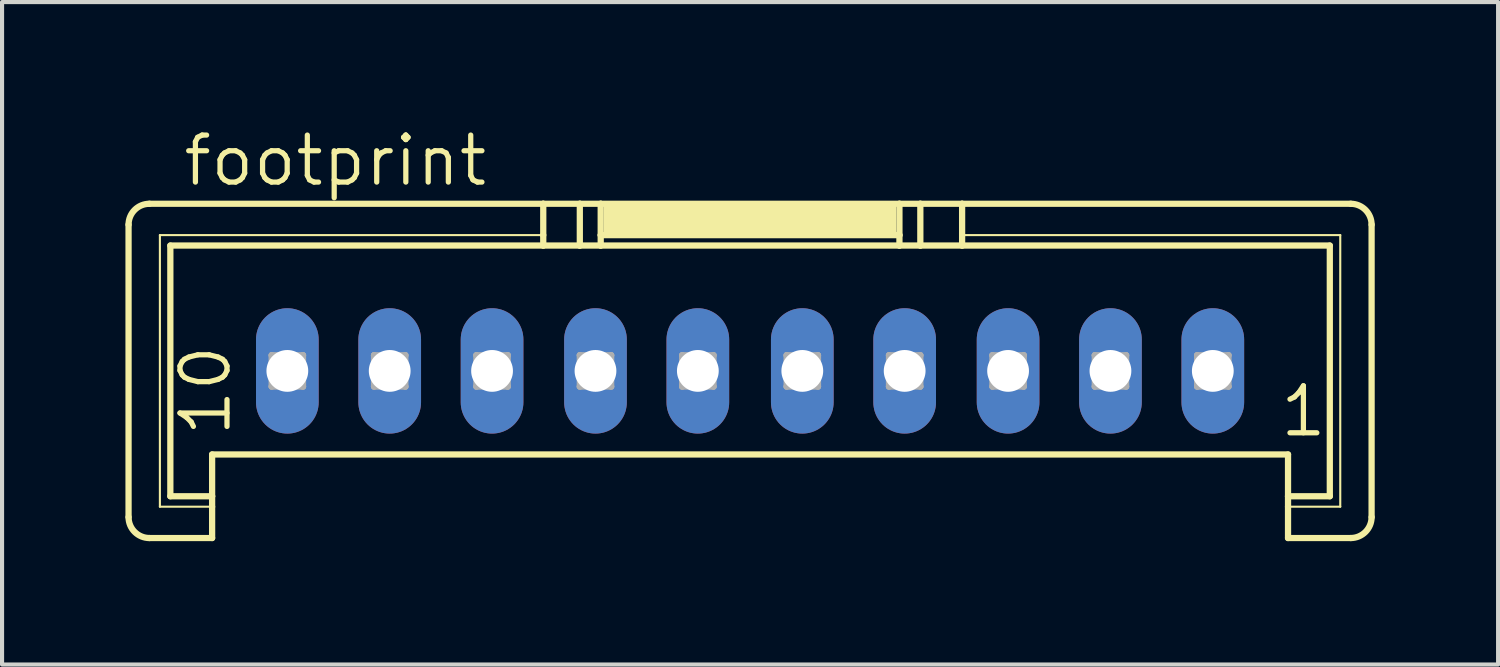
<source format=kicad_pcb>
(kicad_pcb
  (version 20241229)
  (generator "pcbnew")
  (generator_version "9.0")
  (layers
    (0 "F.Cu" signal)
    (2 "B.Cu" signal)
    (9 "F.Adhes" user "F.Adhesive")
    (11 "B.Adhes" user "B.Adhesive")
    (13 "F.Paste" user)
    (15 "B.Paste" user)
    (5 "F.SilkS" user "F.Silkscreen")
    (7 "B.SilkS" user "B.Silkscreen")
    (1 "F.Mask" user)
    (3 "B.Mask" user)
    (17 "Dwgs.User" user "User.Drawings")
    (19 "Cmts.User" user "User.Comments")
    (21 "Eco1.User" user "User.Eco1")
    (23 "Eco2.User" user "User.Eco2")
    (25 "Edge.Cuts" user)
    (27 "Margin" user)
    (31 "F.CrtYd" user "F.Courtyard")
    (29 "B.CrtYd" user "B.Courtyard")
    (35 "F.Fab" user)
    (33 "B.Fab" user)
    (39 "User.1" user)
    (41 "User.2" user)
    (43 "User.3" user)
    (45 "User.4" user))
  (footprint "footprint"
    (layer "F.Cu")
    (at 15.189 3.429)
    (property "Reference" "footprint" (at -13.843 -1.905 0) (layer "F.SilkS") (effects (font (size 1.143 1.143) (thickness 0.127)) (justify left bottom)))
    (fp_line (start -15.113 6.096) (end -15.113 -1.016) (stroke (width 0.152) (type solid)) (layer "F.SilkS"))
    (fp_line (start -14.605 -1.524) (end -5.029 -1.524) (stroke (width 0.152) (type solid)) (layer "F.SilkS"))
    (fp_line (start -14.351 -0.762) (end -5.029 -0.762) (stroke (width 0.051) (type solid)) (layer "F.SilkS"))
    (fp_line (start -14.351 5.842) (end -14.351 -0.762) (stroke (width 0.051) (type solid)) (layer "F.SilkS"))
    (fp_line (start -14.097 -0.508) (end -5.029 -0.508) (stroke (width 0.152) (type solid)) (layer "F.SilkS"))
    (fp_line (start -14.097 5.588) (end -14.097 -0.508) (stroke (width 0.152) (type solid)) (layer "F.SilkS"))
    (fp_line (start -13.081 5.588) (end -14.097 5.588) (stroke (width 0.152) (type solid)) (layer "F.SilkS"))
    (fp_line (start -13.081 5.588) (end -13.081 4.572) (stroke (width 0.152) (type solid)) (layer "F.SilkS"))
    (fp_line (start -13.081 5.588) (end -13.081 5.842) (stroke (width 0.152) (type solid)) (layer "F.SilkS"))
    (fp_line (start -13.081 5.842) (end -14.351 5.842) (stroke (width 0.051) (type solid)) (layer "F.SilkS"))
    (fp_line (start -13.081 5.842) (end -13.081 6.604) (stroke (width 0.152) (type solid)) (layer "F.SilkS"))
    (fp_line (start -13.081 6.604) (end -14.605 6.604) (stroke (width 0.152) (type solid)) (layer "F.SilkS"))
    (fp_line (start -5.029 -1.524) (end -5.029 -0.762) (stroke (width 0.152) (type solid)) (layer "F.SilkS"))
    (fp_line (start -5.029 -1.524) (end -4.14 -1.524) (stroke (width 0.152) (type solid)) (layer "F.SilkS"))
    (fp_line (start -5.029 -0.762) (end -5.029 -0.508) (stroke (width 0.152) (type solid)) (layer "F.SilkS"))
    (fp_line (start -5.029 -0.508) (end -4.14 -0.508) (stroke (width 0.152) (type solid)) (layer "F.SilkS"))
    (fp_line (start -4.14 -1.524) (end -4.14 -0.508) (stroke (width 0.152) (type solid)) (layer "F.SilkS"))
    (fp_line (start -4.14 -1.524) (end -3.632 -1.524) (stroke (width 0.152) (type solid)) (layer "F.SilkS"))
    (fp_line (start -4.14 -0.508) (end -3.632 -0.508) (stroke (width 0.152) (type solid)) (layer "F.SilkS"))
    (fp_line (start -3.632 -1.524) (end -3.632 -0.762) (stroke (width 0.152) (type solid)) (layer "F.SilkS"))
    (fp_line (start -3.632 -1.524) (end 3.632 -1.524) (stroke (width 0.152) (type solid)) (layer "F.SilkS"))
    (fp_line (start -3.632 -0.762) (end -3.632 -0.508) (stroke (width 0.152) (type solid)) (layer "F.SilkS"))
    (fp_line (start -3.632 -0.762) (end 3.632 -0.762) (stroke (width 0.152) (type solid)) (layer "F.SilkS"))
    (fp_line (start -3.632 -0.508) (end 3.632 -0.508) (stroke (width 0.152) (type solid)) (layer "F.SilkS"))
    (fp_line (start 3.632 -1.524) (end 3.632 -0.762) (stroke (width 0.152) (type solid)) (layer "F.SilkS"))
    (fp_line (start 3.632 -1.524) (end 4.14 -1.524) (stroke (width 0.152) (type solid)) (layer "F.SilkS"))
    (fp_line (start 3.632 -0.762) (end 3.632 -0.508) (stroke (width 0.152) (type solid)) (layer "F.SilkS"))
    (fp_line (start 3.632 -0.508) (end 4.14 -0.508) (stroke (width 0.152) (type solid)) (layer "F.SilkS"))
    (fp_line (start 4.14 -1.524) (end 4.14 -0.508) (stroke (width 0.152) (type solid)) (layer "F.SilkS"))
    (fp_line (start 4.14 -1.524) (end 5.156 -1.524) (stroke (width 0.152) (type solid)) (layer "F.SilkS"))
    (fp_line (start 4.14 -0.508) (end 5.156 -0.508) (stroke (width 0.152) (type solid)) (layer "F.SilkS"))
    (fp_line (start 5.156 -1.524) (end 5.156 -0.762) (stroke (width 0.152) (type solid)) (layer "F.SilkS"))
    (fp_line (start 5.156 -1.524) (end 14.605 -1.524) (stroke (width 0.152) (type solid)) (layer "F.SilkS"))
    (fp_line (start 5.156 -0.762) (end 5.156 -0.508) (stroke (width 0.152) (type solid)) (layer "F.SilkS"))
    (fp_line (start 5.156 -0.762) (end 14.351 -0.762) (stroke (width 0.051) (type solid)) (layer "F.SilkS"))
    (fp_line (start 5.156 -0.508) (end 14.097 -0.508) (stroke (width 0.152) (type solid)) (layer "F.SilkS"))
    (fp_line (start 13.081 4.572) (end -13.081 4.572) (stroke (width 0.152) (type solid)) (layer "F.SilkS"))
    (fp_line (start 13.081 5.588) (end 13.081 4.572) (stroke (width 0.152) (type solid)) (layer "F.SilkS"))
    (fp_line (start 13.081 5.842) (end 13.081 5.588) (stroke (width 0.152) (type solid)) (layer "F.SilkS"))
    (fp_line (start 13.081 6.604) (end 13.081 5.842) (stroke (width 0.152) (type solid)) (layer "F.SilkS"))
    (fp_line (start 14.097 -0.508) (end 14.097 5.588) (stroke (width 0.152) (type solid)) (layer "F.SilkS"))
    (fp_line (start 14.097 5.588) (end 13.081 5.588) (stroke (width 0.152) (type solid)) (layer "F.SilkS"))
    (fp_line (start 14.351 -0.762) (end 14.351 5.842) (stroke (width 0.051) (type solid)) (layer "F.SilkS"))
    (fp_line (start 14.351 5.842) (end 13.081 5.842) (stroke (width 0.051) (type solid)) (layer "F.SilkS"))
    (fp_line (start 14.605 6.604) (end 13.081 6.604) (stroke (width 0.152) (type solid)) (layer "F.SilkS"))
    (fp_line (start 15.113 -1.016) (end 15.113 6.096) (stroke (width 0.152) (type solid)) (layer "F.SilkS"))
    (fp_arc (start -15.113 -1.016) (mid -14.96421 -1.37521) (end -14.605 -1.524) (stroke (width 0.1524) (type solid)) (layer "F.SilkS"))
    (fp_arc (start -14.605 6.604) (mid -14.96421 6.45521) (end -15.113 6.096) (stroke (width 0.1524) (type solid)) (layer "F.SilkS"))
    (fp_arc (start 14.605 -1.524) (mid 14.96421 -1.37521) (end 15.113 -1.016) (stroke (width 0.1524) (type solid)) (layer "F.SilkS"))
    (fp_arc (start 15.113 6.096) (mid 14.96421 6.45521) (end 14.605 6.604) (stroke (width 0.1524) (type solid)) (layer "F.SilkS"))
    (fp_poly (pts (xy -3.556 -0.762) (xy 3.556 -0.762) (xy 3.556 -1.524) (xy -3.556 -1.524)) (stroke (width 0) (type solid)) (fill yes) (layer "F.SilkS"))
    (fp_line (start -11.633 2.159) (end -11.633 2.921) (stroke (width 0.152) (type solid)) (layer "F.Fab"))
    (fp_line (start -11.633 2.159) (end -10.871 2.921) (stroke (width 0.152) (type solid)) (layer "F.Fab"))
    (fp_line (start -11.633 2.921) (end -10.871 2.921) (stroke (width 0.152) (type solid)) (layer "F.Fab"))
    (fp_line (start -10.871 2.159) (end -11.633 2.159) (stroke (width 0.152) (type solid)) (layer "F.Fab"))
    (fp_line (start -10.871 2.159) (end -11.633 2.921) (stroke (width 0.152) (type solid)) (layer "F.Fab"))
    (fp_line (start -10.871 2.921) (end -10.871 2.159) (stroke (width 0.152) (type solid)) (layer "F.Fab"))
    (fp_line (start -9.144 2.159) (end -9.144 2.921) (stroke (width 0.152) (type solid)) (layer "F.Fab"))
    (fp_line (start -9.144 2.159) (end -8.382 2.921) (stroke (width 0.152) (type solid)) (layer "F.Fab"))
    (fp_line (start -9.144 2.921) (end -8.382 2.921) (stroke (width 0.152) (type solid)) (layer "F.Fab"))
    (fp_line (start -8.382 2.159) (end -9.144 2.159) (stroke (width 0.152) (type solid)) (layer "F.Fab"))
    (fp_line (start -8.382 2.159) (end -9.144 2.921) (stroke (width 0.152) (type solid)) (layer "F.Fab"))
    (fp_line (start -8.382 2.921) (end -8.382 2.159) (stroke (width 0.152) (type solid)) (layer "F.Fab"))
    (fp_line (start -6.655 2.159) (end -6.655 2.921) (stroke (width 0.152) (type solid)) (layer "F.Fab"))
    (fp_line (start -6.655 2.159) (end -5.893 2.921) (stroke (width 0.152) (type solid)) (layer "F.Fab"))
    (fp_line (start -6.655 2.921) (end -5.893 2.921) (stroke (width 0.152) (type solid)) (layer "F.Fab"))
    (fp_line (start -5.893 2.159) (end -6.655 2.159) (stroke (width 0.152) (type solid)) (layer "F.Fab"))
    (fp_line (start -5.893 2.159) (end -6.655 2.921) (stroke (width 0.152) (type solid)) (layer "F.Fab"))
    (fp_line (start -5.893 2.921) (end -5.893 2.159) (stroke (width 0.152) (type solid)) (layer "F.Fab"))
    (fp_line (start -4.14 2.159) (end -4.14 2.921) (stroke (width 0.152) (type solid)) (layer "F.Fab"))
    (fp_line (start -4.14 2.159) (end -3.378 2.921) (stroke (width 0.152) (type solid)) (layer "F.Fab"))
    (fp_line (start -4.14 2.921) (end -3.378 2.921) (stroke (width 0.152) (type solid)) (layer "F.Fab"))
    (fp_line (start -3.378 2.159) (end -4.14 2.159) (stroke (width 0.152) (type solid)) (layer "F.Fab"))
    (fp_line (start -3.378 2.159) (end -4.14 2.921) (stroke (width 0.152) (type solid)) (layer "F.Fab"))
    (fp_line (start -3.378 2.921) (end -3.378 2.159) (stroke (width 0.152) (type solid)) (layer "F.Fab"))
    (fp_line (start -1.651 2.159) (end -1.651 2.921) (stroke (width 0.152) (type solid)) (layer "F.Fab"))
    (fp_line (start -1.651 2.159) (end -0.889 2.921) (stroke (width 0.152) (type solid)) (layer "F.Fab"))
    (fp_line (start -1.651 2.921) (end -0.889 2.921) (stroke (width 0.152) (type solid)) (layer "F.Fab"))
    (fp_line (start -0.889 2.159) (end -1.651 2.159) (stroke (width 0.152) (type solid)) (layer "F.Fab"))
    (fp_line (start -0.889 2.159) (end -1.651 2.921) (stroke (width 0.152) (type solid)) (layer "F.Fab"))
    (fp_line (start -0.889 2.921) (end -0.889 2.159) (stroke (width 0.152) (type solid)) (layer "F.Fab"))
    (fp_line (start 0.889 2.159) (end 0.889 2.921) (stroke (width 0.152) (type solid)) (layer "F.Fab"))
    (fp_line (start 0.889 2.159) (end 1.651 2.921) (stroke (width 0.152) (type solid)) (layer "F.Fab"))
    (fp_line (start 0.889 2.921) (end 1.651 2.921) (stroke (width 0.152) (type solid)) (layer "F.Fab"))
    (fp_line (start 1.651 2.159) (end 0.889 2.159) (stroke (width 0.152) (type solid)) (layer "F.Fab"))
    (fp_line (start 1.651 2.159) (end 0.889 2.921) (stroke (width 0.152) (type solid)) (layer "F.Fab"))
    (fp_line (start 1.651 2.921) (end 1.651 2.159) (stroke (width 0.152) (type solid)) (layer "F.Fab"))
    (fp_line (start 3.378 2.159) (end 3.378 2.921) (stroke (width 0.152) (type solid)) (layer "F.Fab"))
    (fp_line (start 3.378 2.159) (end 4.14 2.921) (stroke (width 0.152) (type solid)) (layer "F.Fab"))
    (fp_line (start 3.378 2.921) (end 4.14 2.921) (stroke (width 0.152) (type solid)) (layer "F.Fab"))
    (fp_line (start 4.14 2.159) (end 3.378 2.159) (stroke (width 0.152) (type solid)) (layer "F.Fab"))
    (fp_line (start 4.14 2.159) (end 3.378 2.921) (stroke (width 0.152) (type solid)) (layer "F.Fab"))
    (fp_line (start 4.14 2.921) (end 4.14 2.159) (stroke (width 0.152) (type solid)) (layer "F.Fab"))
    (fp_line (start 5.893 2.159) (end 5.893 2.921) (stroke (width 0.152) (type solid)) (layer "F.Fab"))
    (fp_line (start 5.893 2.159) (end 6.655 2.921) (stroke (width 0.152) (type solid)) (layer "F.Fab"))
    (fp_line (start 5.893 2.921) (end 6.655 2.921) (stroke (width 0.152) (type solid)) (layer "F.Fab"))
    (fp_line (start 6.655 2.159) (end 5.893 2.159) (stroke (width 0.152) (type solid)) (layer "F.Fab"))
    (fp_line (start 6.655 2.159) (end 5.893 2.921) (stroke (width 0.152) (type solid)) (layer "F.Fab"))
    (fp_line (start 6.655 2.921) (end 6.655 2.159) (stroke (width 0.152) (type solid)) (layer "F.Fab"))
    (fp_line (start 8.382 2.159) (end 8.382 2.921) (stroke (width 0.152) (type solid)) (layer "F.Fab"))
    (fp_line (start 8.382 2.159) (end 9.144 2.921) (stroke (width 0.152) (type solid)) (layer "F.Fab"))
    (fp_line (start 8.382 2.921) (end 9.144 2.921) (stroke (width 0.152) (type solid)) (layer "F.Fab"))
    (fp_line (start 9.144 2.159) (end 8.382 2.159) (stroke (width 0.152) (type solid)) (layer "F.Fab"))
    (fp_line (start 9.144 2.159) (end 8.382 2.921) (stroke (width 0.152) (type solid)) (layer "F.Fab"))
    (fp_line (start 9.144 2.921) (end 9.144 2.159) (stroke (width 0.152) (type solid)) (layer "F.Fab"))
    (fp_line (start 10.871 2.159) (end 10.871 2.921) (stroke (width 0.152) (type solid)) (layer "F.Fab"))
    (fp_line (start 10.871 2.159) (end 11.633 2.921) (stroke (width 0.152) (type solid)) (layer "F.Fab"))
    (fp_line (start 10.871 2.921) (end 11.633 2.921) (stroke (width 0.152) (type solid)) (layer "F.Fab"))
    (fp_line (start 11.633 2.159) (end 10.871 2.159) (stroke (width 0.152) (type solid)) (layer "F.Fab"))
    (fp_line (start 11.633 2.159) (end 10.871 2.921) (stroke (width 0.152) (type solid)) (layer "F.Fab"))
    (fp_line (start 11.633 2.921) (end 11.633 2.159) (stroke (width 0.152) (type solid)) (layer "F.Fab"))
    (fp_text user "1" (at 12.827 4.191 0) (layer "F.SilkS") (effects (font (size 1.143 1.143) (thickness 0.127)) (justify left bottom)))
    (fp_text user "10" (at -12.573 4.191 90) (layer "F.SilkS") (effects (font (size 1.143 1.143) (thickness 0.127)) (justify left bottom)))
    (pad "1" thru_hole oval (at 11.252 2.54 90) (size 3.048 1.524) (drill 1.016) (layers "*.Cu" "*.Mask"))
    (pad "2" thru_hole oval (at 8.763 2.54 90) (size 3.048 1.524) (drill 1.016) (layers "*.Cu" "*.Mask"))
    (pad "3" thru_hole oval (at 6.274 2.54 90) (size 3.048 1.524) (drill 1.016) (layers "*.Cu" "*.Mask"))
    (pad "4" thru_hole oval (at 3.759 2.54 90) (size 3.048 1.524) (drill 1.016) (layers "*.Cu" "*.Mask"))
    (pad "5" thru_hole oval (at 1.27 2.54 90) (size 3.048 1.524) (drill 1.016) (layers "*.Cu" "*.Mask"))
    (pad "6" thru_hole oval (at -1.27 2.54 90) (size 3.048 1.524) (drill 1.016) (layers "*.Cu" "*.Mask"))
    (pad "7" thru_hole oval (at -3.759 2.54 90) (size 3.048 1.524) (drill 1.016) (layers "*.Cu" "*.Mask"))
    (pad "8" thru_hole oval (at -6.274 2.54 90) (size 3.048 1.524) (drill 1.016) (layers "*.Cu" "*.Mask"))
    (pad "9" thru_hole oval (at -8.763 2.54 90) (size 3.048 1.524) (drill 1.016) (layers "*.Cu" "*.Mask"))
    (pad "10" thru_hole oval (at -11.252 2.54 90) (size 3.048 1.524) (drill 1.016) (layers "*.Cu" "*.Mask")))
  (gr_rect
    (start -3 -3)
    (end 33.378 13.109)
    (stroke (width 0.1) (type default))
    (fill no)
    (layer "Edge.Cuts")))
</source>
